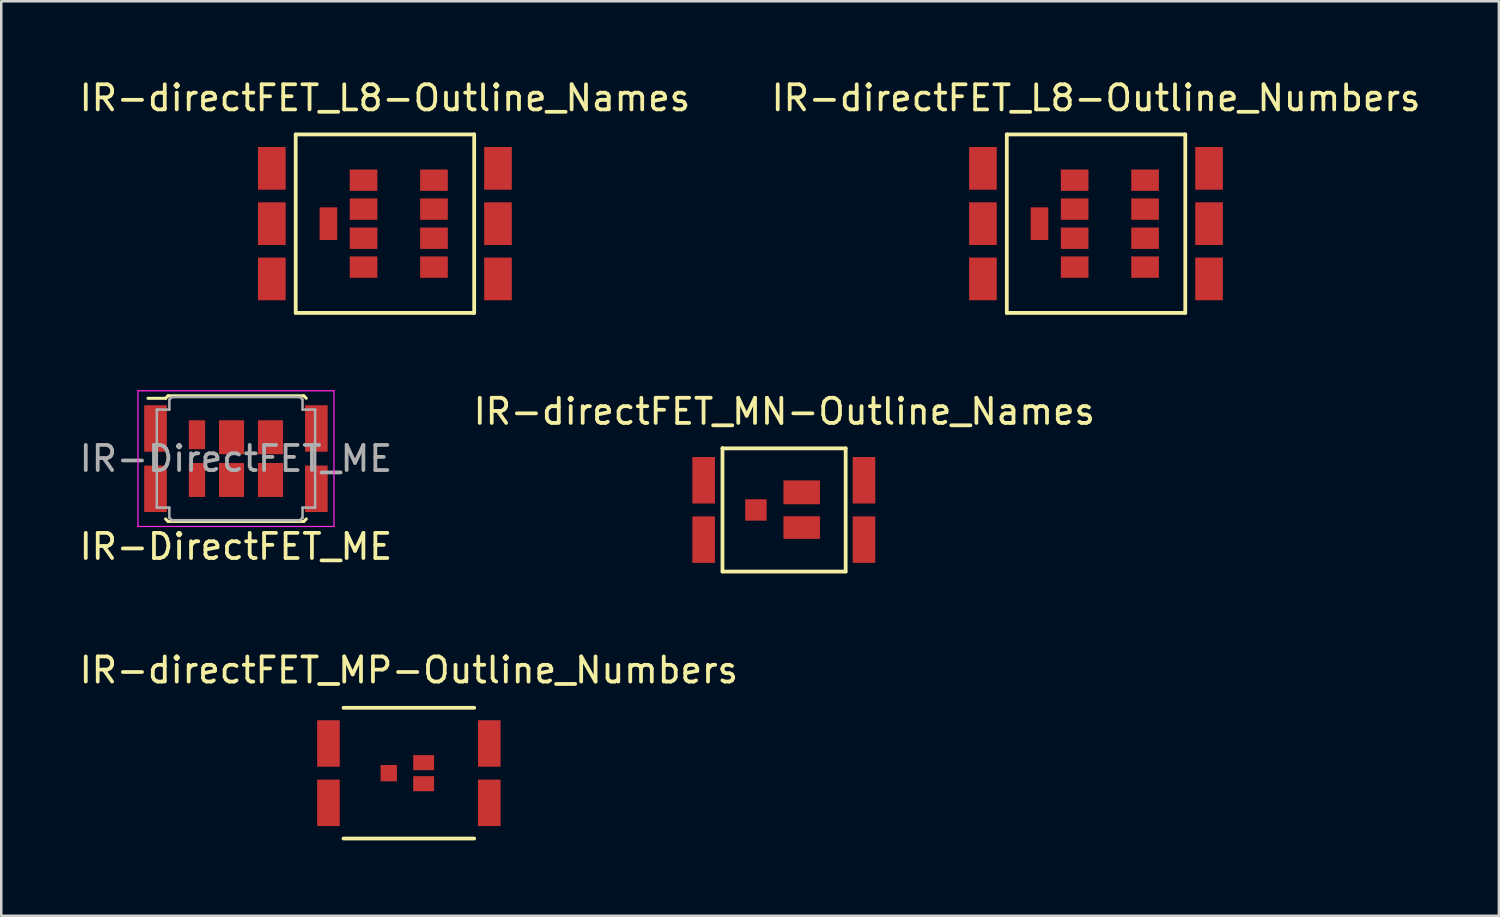
<source format=kicad_pcb>
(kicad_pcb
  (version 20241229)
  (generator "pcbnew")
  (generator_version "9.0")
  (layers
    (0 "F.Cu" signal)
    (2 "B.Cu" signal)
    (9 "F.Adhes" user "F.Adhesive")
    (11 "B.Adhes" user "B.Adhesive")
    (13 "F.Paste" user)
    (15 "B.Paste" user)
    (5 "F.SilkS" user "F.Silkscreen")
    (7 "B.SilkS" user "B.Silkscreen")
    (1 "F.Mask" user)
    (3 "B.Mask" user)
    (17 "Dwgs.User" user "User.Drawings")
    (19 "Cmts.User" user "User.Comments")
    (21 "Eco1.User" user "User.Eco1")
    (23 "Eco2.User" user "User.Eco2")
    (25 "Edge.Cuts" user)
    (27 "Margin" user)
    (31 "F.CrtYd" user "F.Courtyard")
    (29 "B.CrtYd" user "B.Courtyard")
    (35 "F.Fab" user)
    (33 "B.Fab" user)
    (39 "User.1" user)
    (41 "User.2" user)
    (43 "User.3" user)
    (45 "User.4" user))
  (footprint "IR-directFET_MP-Outline_Numbers"
    (layer "F.Cu")
    (at 13.22 27.717)
    (property "Reference" "IR-directFET_MP-Outline_Numbers" (at 0 -4.1 0) (layer "F.SilkS") (effects (font (size 1 1) (thickness 0.15))))
    (attr through_hole)
    (fp_line (start -2.601 -2.601) (end 2.601 -2.601) (stroke (width 0.15) (type solid)) (layer "F.SilkS"))
    (fp_line (start 2.601 2.601) (end -2.601 2.601) (stroke (width 0.15) (type solid)) (layer "F.SilkS"))
    (pad "1" smd rect (at 3.2 -1.181) (size 0.899 1.849) (layers "F.Cu" "F.Mask" "F.Paste"))
    (pad "2" smd rect (at 3.2 1.181) (size 0.899 1.849) (layers "F.Cu" "F.Mask" "F.Paste"))
    (pad "3" smd rect (at 0.589 -0.419) (size 0.831 0.599) (layers "F.Cu" "F.Mask" "F.Paste"))
    (pad "4" smd rect (at 0.589 0.419) (size 0.831 0.599) (layers "F.Cu" "F.Mask" "F.Paste"))
    (pad "5" smd rect (at -0.8 0) (size 0.65 0.65) (layers "F.Cu" "F.Mask" "F.Paste"))
    (pad "6" smd rect (at -3.2 -1.181) (size 0.899 1.849) (layers "F.Cu" "F.Mask" "F.Paste"))
    (pad "7" smd rect (at -3.2 1.181) (size 0.899 1.849) (layers "F.Cu" "F.Mask" "F.Paste")))
  (footprint "IR-DirectFET_ME"
    (layer "F.Cu")
    (at 6.339 15.2)
    (property "Reference" "IR-DirectFET_ME" (at 0 3.5 0) (layer "F.SilkS") (effects (font (size 1 1) (thickness 0.15))))
    (attr smd)
    (fp_line (start -3.5 -2.4) (end -2.8 -2.4) (stroke (width 0.12) (type solid)) (layer "F.SilkS"))
    (fp_line (start -2.8 -2.4) (end -2.7 -2.5) (stroke (width 0.12) (type solid)) (layer "F.SilkS"))
    (fp_line (start -2.7 -2.5) (end 2.7 -2.5) (stroke (width 0.12) (type solid)) (layer "F.SilkS"))
    (fp_line (start -2.7 2.5) (end -2.8 2.4) (stroke (width 0.12) (type solid)) (layer "F.SilkS"))
    (fp_line (start 2.7 -2.5) (end 2.8 -2.4) (stroke (width 0.12) (type solid)) (layer "F.SilkS"))
    (fp_line (start 2.7 2.5) (end -2.7 2.5) (stroke (width 0.12) (type solid)) (layer "F.SilkS"))
    (fp_line (start 2.8 2.4) (end 2.7 2.5) (stroke (width 0.12) (type solid)) (layer "F.SilkS"))
    (fp_line (start -3.9 -2.7) (end -3.9 2.7) (stroke (width 0.05) (type solid)) (layer "F.CrtYd"))
    (fp_line (start -3.9 2.7) (end 3.9 2.7) (stroke (width 0.05) (type solid)) (layer "F.CrtYd"))
    (fp_line (start 3.9 -2.7) (end -3.9 -2.7) (stroke (width 0.05) (type solid)) (layer "F.CrtYd"))
    (fp_line (start 3.9 2.7) (end 3.9 -2.7) (stroke (width 0.05) (type solid)) (layer "F.CrtYd"))
    (fp_line (start -3.15 -1.95) (end -2.65 -1.95) (stroke (width 0.1) (type solid)) (layer "F.Fab"))
    (fp_line (start -3.15 1.95) (end -3.15 -1.95) (stroke (width 0.1) (type solid)) (layer "F.Fab"))
    (fp_line (start -3.15 1.95) (end -2.65 1.95) (stroke (width 0.1) (type solid)) (layer "F.Fab"))
    (fp_line (start -2.65 -2.35) (end -2.55 -2.45) (stroke (width 0.1) (type solid)) (layer "F.Fab"))
    (fp_line (start -2.65 -1.95) (end -2.65 -2.35) (stroke (width 0.1) (type solid)) (layer "F.Fab"))
    (fp_line (start -2.65 1.95) (end -2.65 2.35) (stroke (width 0.1) (type solid)) (layer "F.Fab"))
    (fp_line (start -2.65 2.35) (end -2.55 2.45) (stroke (width 0.1) (type solid)) (layer "F.Fab"))
    (fp_line (start -2.55 2.45) (end 2.55 2.45) (stroke (width 0.1) (type solid)) (layer "F.Fab"))
    (fp_line (start 2.55 -2.45) (end -2.55 -2.45) (stroke (width 0.1) (type solid)) (layer "F.Fab"))
    (fp_line (start 2.55 -2.45) (end 2.65 -2.35) (stroke (width 0.1) (type solid)) (layer "F.Fab"))
    (fp_line (start 2.65 -2.35) (end 2.65 -1.95) (stroke (width 0.1) (type solid)) (layer "F.Fab"))
    (fp_line (start 2.65 -1.95) (end 3.15 -1.95) (stroke (width 0.1) (type solid)) (layer "F.Fab"))
    (fp_line (start 2.65 1.95) (end 2.65 2.35) (stroke (width 0.1) (type solid)) (layer "F.Fab"))
    (fp_line (start 2.65 2.35) (end 2.55 2.45) (stroke (width 0.1) (type solid)) (layer "F.Fab"))
    (fp_line (start 3.15 -1.95) (end 3.15 1.95) (stroke (width 0.1) (type solid)) (layer "F.Fab"))
    (fp_line (start 3.15 1.95) (end 2.65 1.95) (stroke (width 0.1) (type solid)) (layer "F.Fab"))
    (fp_text user "${REFERENCE}" (at 0 0 0) (layer "F.Fab") (effects (font (size 1 1) (thickness 0.15))))
    (pad "1" smd rect (at -3.2 -1.2) (size 0.9 1.85) (layers "F.Cu" "F.Mask" "F.Paste"))
    (pad "1" smd rect (at -3.2 1.2) (size 0.9 1.85) (layers "F.Cu" "F.Mask" "F.Paste"))
    (pad "1" smd rect (at 3.2 -1.2) (size 0.9 1.85) (layers "F.Cu" "F.Mask" "F.Paste"))
    (pad "1" smd rect (at 3.2 1.2) (size 0.9 1.85) (layers "F.Cu" "F.Mask" "F.Paste"))
    (pad "2" smd rect (at -1.55 -0.95) (size 0.65 1.15) (layers "F.Cu" "F.Mask" "F.Paste"))
    (pad "2" smd rect (at -1.55 0.85) (size 0.65 1.35) (layers "F.Cu" "F.Mask" "F.Paste"))
    (pad "3" smd rect (at -0.175 -0.85) (size 1 1.35) (layers "F.Cu" "F.Mask" "F.Paste"))
    (pad "3" smd rect (at -0.175 0.85) (size 1 1.35) (layers "F.Cu" "F.Mask" "F.Paste"))
    (pad "3" smd rect (at 1.375 -0.85) (size 1 1.35) (layers "F.Cu" "F.Mask" "F.Paste"))
    (pad "3" smd rect (at 1.375 0.85) (size 1 1.35) (layers "F.Cu" "F.Mask" "F.Paste")))
  (footprint "IR-directFET_L8-Outline_Numbers"
    (layer "F.Cu")
    (at 40.565 5.85)
    (property "Reference" "IR-directFET_L8-Outline_Numbers" (at 0 -5.001 0) (layer "F.SilkS") (effects (font (size 1 1) (thickness 0.15))))
    (attr through_hole)
    (fp_line (start -3.551 -3.551) (end 3.551 -3.551) (stroke (width 0.15) (type solid)) (layer "F.SilkS"))
    (fp_line (start -3.551 3.551) (end -3.551 -3.551) (stroke (width 0.15) (type solid)) (layer "F.SilkS"))
    (fp_line (start 3.551 -3.551) (end 3.551 3.551) (stroke (width 0.15) (type solid)) (layer "F.SilkS"))
    (fp_line (start 3.551 3.551) (end -3.551 3.551) (stroke (width 0.15) (type solid)) (layer "F.SilkS"))
    (pad "1" smd rect (at 4.498 -2.2) (size 1.1 1.699) (layers "F.Cu" "F.Mask" "F.Paste"))
    (pad "2" smd rect (at 4.498 0) (size 1.1 1.699) (layers "F.Cu" "F.Mask" "F.Paste"))
    (pad "3" smd rect (at 4.498 2.2) (size 1.1 1.699) (layers "F.Cu" "F.Mask" "F.Paste"))
    (pad "4" smd rect (at 1.951 -1.73) (size 1.1 0.851) (layers "F.Cu" "F.Mask" "F.Paste"))
    (pad "5" smd rect (at 1.951 -0.579) (size 1.1 0.851) (layers "F.Cu" "F.Mask" "F.Paste"))
    (pad "6" smd rect (at 1.951 0.579) (size 1.1 0.851) (layers "F.Cu" "F.Mask" "F.Paste"))
    (pad "7" smd rect (at 1.951 1.73) (size 1.1 0.851) (layers "F.Cu" "F.Mask" "F.Paste"))
    (pad "8" smd rect (at -0.851 -1.73) (size 1.1 0.851) (layers "F.Cu" "F.Mask" "F.Paste"))
    (pad "9" smd rect (at -0.851 -0.579) (size 1.1 0.851) (layers "F.Cu" "F.Mask" "F.Paste"))
    (pad "10" smd rect (at -0.851 0.579) (size 1.1 0.851) (layers "F.Cu" "F.Mask" "F.Paste"))
    (pad "11" smd rect (at -0.851 1.73) (size 1.1 0.851) (layers "F.Cu" "F.Mask" "F.Paste"))
    (pad "12" smd rect (at -2.25 0) (size 0.701 1.3) (layers "F.Cu" "F.Mask" "F.Paste"))
    (pad "13" smd rect (at -4.501 -2.2) (size 1.1 1.699) (layers "F.Cu" "F.Mask" "F.Paste"))
    (pad "14" smd rect (at -4.501 0) (size 1.1 1.699) (layers "F.Cu" "F.Mask" "F.Paste"))
    (pad "15" smd rect (at -4.501 2.2) (size 1.1 1.699) (layers "F.Cu" "F.Mask" "F.Paste")))
  (footprint "IR-directFET_L8-Outline_Names"
    (layer "F.Cu")
    (at 12.268 5.85)
    (property "Reference" "IR-directFET_L8-Outline_Names" (at 0 -5.001 0) (layer "F.SilkS") (effects (font (size 1 1) (thickness 0.15))))
    (attr through_hole)
    (fp_line (start -3.551 -3.551) (end 3.551 -3.551) (stroke (width 0.15) (type solid)) (layer "F.SilkS"))
    (fp_line (start -3.551 3.551) (end -3.551 -3.551) (stroke (width 0.15) (type solid)) (layer "F.SilkS"))
    (fp_line (start 3.551 -3.551) (end 3.551 3.551) (stroke (width 0.15) (type solid)) (layer "F.SilkS"))
    (fp_line (start 3.551 3.551) (end -3.551 3.551) (stroke (width 0.15) (type solid)) (layer "F.SilkS"))
    (pad "D" smd rect (at -4.501 -2.2) (size 1.1 1.699) (layers "F.Cu" "F.Mask" "F.Paste"))
    (pad "D" smd rect (at -4.501 0) (size 1.1 1.699) (layers "F.Cu" "F.Mask" "F.Paste"))
    (pad "D" smd rect (at -4.501 2.2) (size 1.1 1.699) (layers "F.Cu" "F.Mask" "F.Paste"))
    (pad "D" smd rect (at 4.498 -2.2) (size 1.1 1.699) (layers "F.Cu" "F.Mask" "F.Paste"))
    (pad "D" smd rect (at 4.498 0) (size 1.1 1.699) (layers "F.Cu" "F.Mask" "F.Paste"))
    (pad "D" smd rect (at 4.498 2.2) (size 1.1 1.699) (layers "F.Cu" "F.Mask" "F.Paste"))
    (pad "G" smd rect (at -2.25 0) (size 0.701 1.3) (layers "F.Cu" "F.Mask" "F.Paste"))
    (pad "S" smd rect (at -0.851 -1.73) (size 1.1 0.851) (layers "F.Cu" "F.Mask" "F.Paste"))
    (pad "S" smd rect (at -0.851 -0.579) (size 1.1 0.851) (layers "F.Cu" "F.Mask" "F.Paste"))
    (pad "S" smd rect (at -0.851 0.579) (size 1.1 0.851) (layers "F.Cu" "F.Mask" "F.Paste"))
    (pad "S" smd rect (at -0.851 1.73) (size 1.1 0.851) (layers "F.Cu" "F.Mask" "F.Paste"))
    (pad "S" smd rect (at 1.951 -1.73) (size 1.1 0.851) (layers "F.Cu" "F.Mask" "F.Paste"))
    (pad "S" smd rect (at 1.951 -0.579) (size 1.1 0.851) (layers "F.Cu" "F.Mask" "F.Paste"))
    (pad "S" smd rect (at 1.951 0.579) (size 1.1 0.851) (layers "F.Cu" "F.Mask" "F.Paste"))
    (pad "S" smd rect (at 1.951 1.73) (size 1.1 0.851) (layers "F.Cu" "F.Mask" "F.Paste")))
  (footprint "IR-directFET_MN-Outline_Names"
    (layer "F.Cu")
    (at 28.151 17.243)
    (property "Reference" "IR-directFET_MN-Outline_Names" (at 0.01 -3.919 0) (layer "F.SilkS") (effects (font (size 1 1) (thickness 0.15))))
    (attr through_hole)
    (fp_line (start -2.451 -2.451) (end -2.451 -2.461) (stroke (width 0.15) (type solid)) (layer "F.SilkS"))
    (fp_line (start -2.451 2.451) (end -2.451 -2.451) (stroke (width 0.15) (type solid)) (layer "F.SilkS"))
    (fp_line (start -2.441 -2.451) (end 2.451 -2.451) (stroke (width 0.15) (type solid)) (layer "F.SilkS"))
    (fp_line (start 2.451 -2.451) (end 2.451 2.451) (stroke (width 0.15) (type solid)) (layer "F.SilkS"))
    (fp_line (start 2.451 2.451) (end -2.451 2.451) (stroke (width 0.15) (type solid)) (layer "F.SilkS"))
    (pad "D" smd rect (at -3.2 -1.181) (size 0.899 1.849) (layers "F.Cu" "F.Mask" "F.Paste"))
    (pad "D" smd rect (at -3.2 1.181) (size 0.899 1.849) (layers "F.Cu" "F.Mask" "F.Paste"))
    (pad "D" smd rect (at 3.18 -1.181) (size 0.899 1.849) (layers "F.Cu" "F.Mask" "F.Paste"))
    (pad "D" smd rect (at 3.18 1.181) (size 0.899 1.849) (layers "F.Cu" "F.Mask" "F.Paste"))
    (pad "G" smd rect (at -1.12 0) (size 0.851 0.851) (layers "F.Cu" "F.Mask" "F.Paste"))
    (pad "S" smd rect (at 0.701 -0.701) (size 1.45 0.95) (layers "F.Cu" "F.Mask" "F.Paste"))
    (pad "S" smd rect (at 0.701 0.701) (size 1.45 0.899) (layers "F.Cu" "F.Mask" "F.Paste")))
  (gr_rect
    (start -3 -3)
    (end 56.595 33.393)
    (stroke (width 0.1) (type default))
    (fill no)
    (layer "Edge.Cuts")))
</source>
